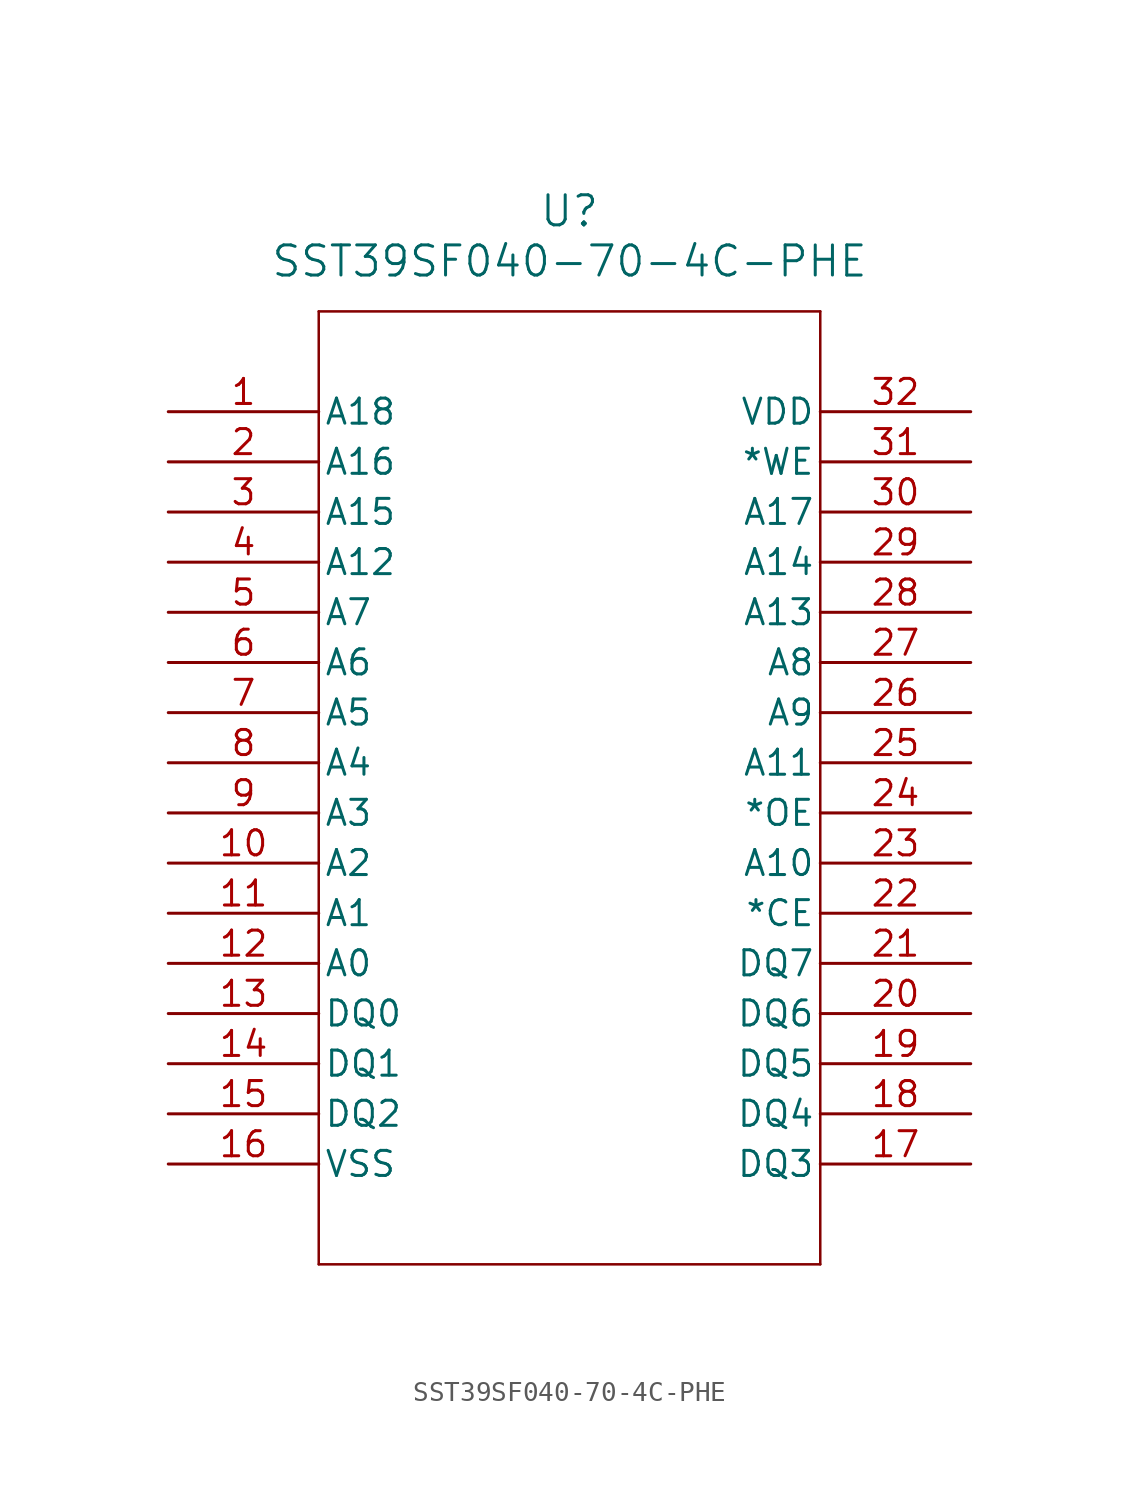
<source format=kicad_sym>
(kicad_symbol_lib
  (version 20211014)
  (generator kicad_symbol_editor)
  (symbol "SST39SF040-70-4C-PHE"
    (pin_names
      (offset 0.254))
    (property "Reference" "U"
      (at 20.32 10.16 0)
      (effects (font (size 1.524 1.524))))
    (property "Value" "SST39SF040-70-4C-PHE"
      (at 20.32 7.62 0)
      (effects (font (size 1.524 1.524))))
    (symbol "SST39SF040-70-4C-PHE_0_1"
      (polyline (pts (xy 7.62 5.08) (xy 7.62 -43.18)) (stroke (width 0.127) (type default) (color 0 0 0 0)) (fill (type none)))
      (polyline (pts (xy 7.62 -43.18) (xy 33.02 -43.18)) (stroke (width 0.127) (type default) (color 0 0 0 0)) (fill (type none)))
      (polyline (pts (xy 33.02 -43.18) (xy 33.02 5.08)) (stroke (width 0.127) (type default) (color 0 0 0 0)) (fill (type none)))
      (polyline (pts (xy 33.02 5.08) (xy 7.62 5.08)) (stroke (width 0.127) (type default) (color 0 0 0 0)) (fill (type none)))
      (pin input line (at 0 0 0) (length 7.62) (name "A18" (effects (font (size 1.27 1.27)))) (number "1" (effects (font (size 1.27 1.27)))))
      (pin input line (at 0 -2.54 0) (length 7.62) (name "A16" (effects (font (size 1.27 1.27)))) (number "2" (effects (font (size 1.27 1.27)))))
      (pin input line (at 0 -5.08 0) (length 7.62) (name "A15" (effects (font (size 1.27 1.27)))) (number "3" (effects (font (size 1.27 1.27)))))
      (pin input line (at 0 -7.62 0) (length 7.62) (name "A12" (effects (font (size 1.27 1.27)))) (number "4" (effects (font (size 1.27 1.27)))))
      (pin input line (at 0 -10.16 0) (length 7.62) (name "A7" (effects (font (size 1.27 1.27)))) (number "5" (effects (font (size 1.27 1.27)))))
      (pin input line (at 0 -12.7 0) (length 7.62) (name "A6" (effects (font (size 1.27 1.27)))) (number "6" (effects (font (size 1.27 1.27)))))
      (pin input line (at 0 -15.24 0) (length 7.62) (name "A5" (effects (font (size 1.27 1.27)))) (number "7" (effects (font (size 1.27 1.27)))))
      (pin input line (at 0 -17.78 0) (length 7.62) (name "A4" (effects (font (size 1.27 1.27)))) (number "8" (effects (font (size 1.27 1.27)))))
      (pin input line (at 0 -20.32 0) (length 7.62) (name "A3" (effects (font (size 1.27 1.27)))) (number "9" (effects (font (size 1.27 1.27)))))
      (pin input line (at 0 -22.86 0) (length 7.62) (name "A2" (effects (font (size 1.27 1.27)))) (number "10" (effects (font (size 1.27 1.27)))))
      (pin input line (at 0 -25.4 0) (length 7.62) (name "A1" (effects (font (size 1.27 1.27)))) (number "11" (effects (font (size 1.27 1.27)))))
      (pin input line (at 0 -27.94 0) (length 7.62) (name "A0" (effects (font (size 1.27 1.27)))) (number "12" (effects (font (size 1.27 1.27)))))
      (pin bidirectional line (at 0 -30.48 0) (length 7.62) (name "DQ0" (effects (font (size 1.27 1.27)))) (number "13" (effects (font (size 1.27 1.27)))))
      (pin bidirectional line (at 0 -33.02 0) (length 7.62) (name "DQ1" (effects (font (size 1.27 1.27)))) (number "14" (effects (font (size 1.27 1.27)))))
      (pin bidirectional line (at 0 -35.56 0) (length 7.62) (name "DQ2" (effects (font (size 1.27 1.27)))) (number "15" (effects (font (size 1.27 1.27)))))
      (pin power_in line (at 0 -38.1 0) (length 7.62) (name "VSS" (effects (font (size 1.27 1.27)))) (number "16" (effects (font (size 1.27 1.27)))))
      (pin bidirectional line (at 40.64 -38.1 180) (length 7.62) (name "DQ3" (effects (font (size 1.27 1.27)))) (number "17" (effects (font (size 1.27 1.27)))))
      (pin bidirectional line (at 40.64 -35.56 180) (length 7.62) (name "DQ4" (effects (font (size 1.27 1.27)))) (number "18" (effects (font (size 1.27 1.27)))))
      (pin bidirectional line (at 40.64 -33.02 180) (length 7.62) (name "DQ5" (effects (font (size 1.27 1.27)))) (number "19" (effects (font (size 1.27 1.27)))))
      (pin bidirectional line (at 40.64 -30.48 180) (length 7.62) (name "DQ6" (effects (font (size 1.27 1.27)))) (number "20" (effects (font (size 1.27 1.27)))))
      (pin bidirectional line (at 40.64 -27.94 180) (length 7.62) (name "DQ7" (effects (font (size 1.27 1.27)))) (number "21" (effects (font (size 1.27 1.27)))))
      (pin unspecified line (at 40.64 -25.4 180) (length 7.62) (name "*CE" (effects (font (size 1.27 1.27)))) (number "22" (effects (font (size 1.27 1.27)))))
      (pin input line (at 40.64 -22.86 180) (length 7.62) (name "A10" (effects (font (size 1.27 1.27)))) (number "23" (effects (font (size 1.27 1.27)))))
      (pin output line (at 40.64 -20.32 180) (length 7.62) (name "*OE" (effects (font (size 1.27 1.27)))) (number "24" (effects (font (size 1.27 1.27)))))
      (pin input line (at 40.64 -17.78 180) (length 7.62) (name "A11" (effects (font (size 1.27 1.27)))) (number "25" (effects (font (size 1.27 1.27)))))
      (pin input line (at 40.64 -15.24 180) (length 7.62) (name "A9" (effects (font (size 1.27 1.27)))) (number "26" (effects (font (size 1.27 1.27)))))
      (pin input line (at 40.64 -12.7 180) (length 7.62) (name "A8" (effects (font (size 1.27 1.27)))) (number "27" (effects (font (size 1.27 1.27)))))
      (pin input line (at 40.64 -10.16 180) (length 7.62) (name "A13" (effects (font (size 1.27 1.27)))) (number "28" (effects (font (size 1.27 1.27)))))
      (pin input line (at 40.64 -7.62 180) (length 7.62) (name "A14" (effects (font (size 1.27 1.27)))) (number "29" (effects (font (size 1.27 1.27)))))
      (pin input line (at 40.64 -5.08 180) (length 7.62) (name "A17" (effects (font (size 1.27 1.27)))) (number "30" (effects (font (size 1.27 1.27)))))
      (pin unspecified line (at 40.64 -2.54 180) (length 7.62) (name "*WE" (effects (font (size 1.27 1.27)))) (number "31" (effects (font (size 1.27 1.27)))))
      (pin power_in line (at 40.64 0 180) (length 7.62) (name "VDD" (effects (font (size 1.27 1.27)))) (number "32" (effects (font (size 1.27 1.27))))))))
</source>
